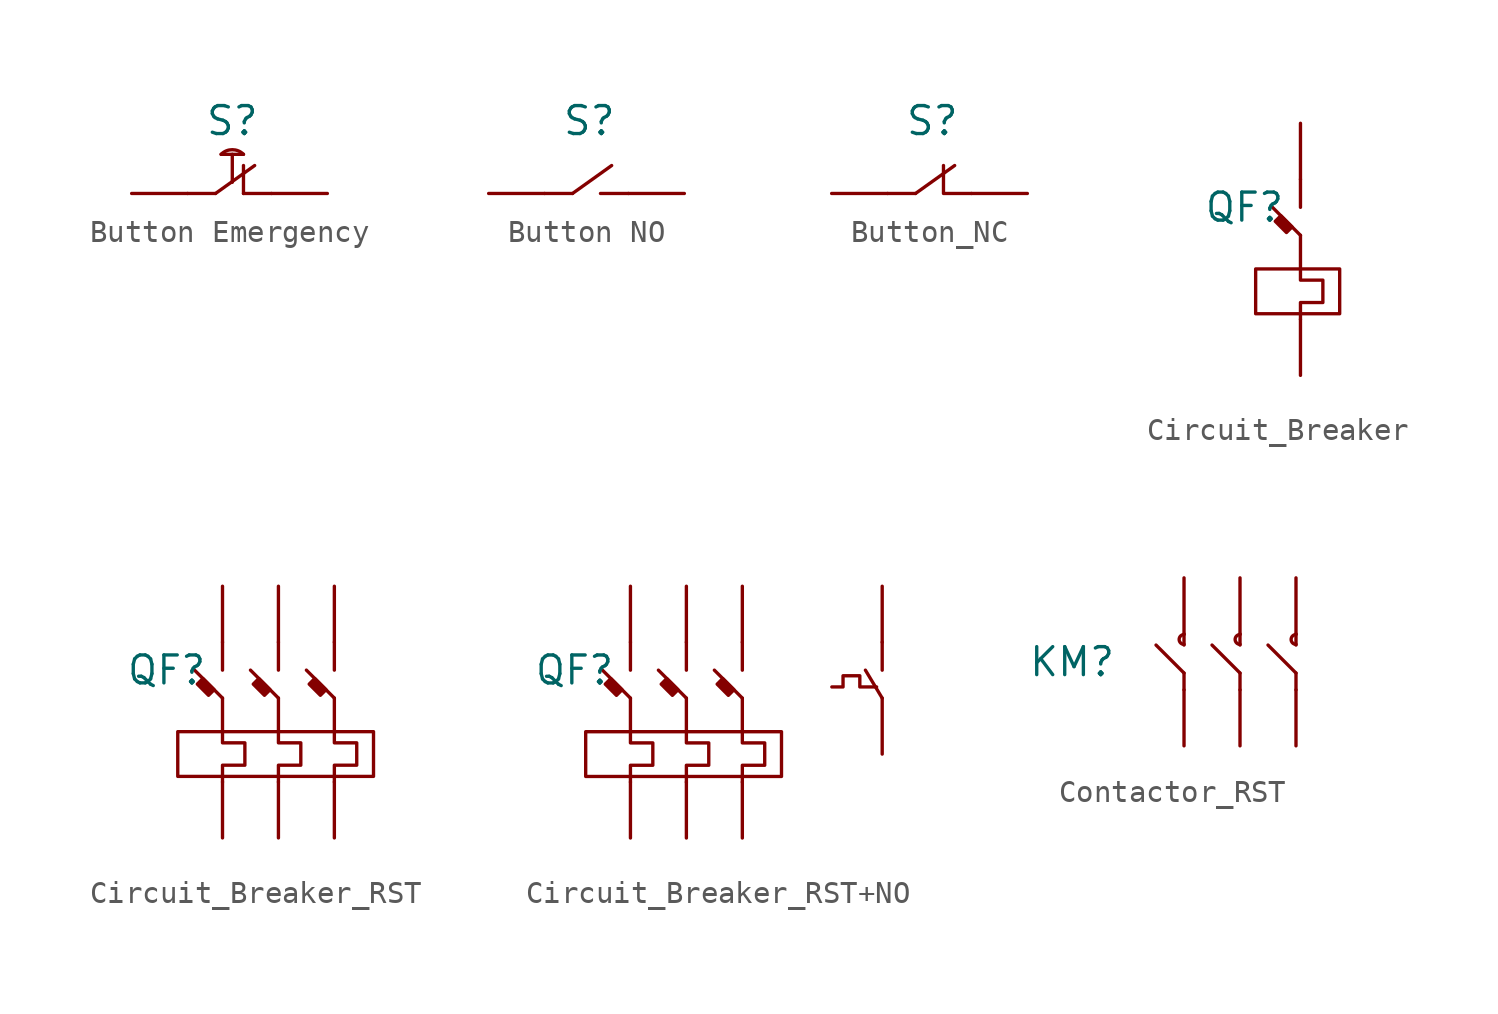
<source format=kicad_sym>
(kicad_symbol_lib
  (version 20231120)
  (generator "kicad_symbol_editor")
  (generator_version "8.0")
  (symbol "Button Emergency"
    (pin_numbers hide)
    (pin_names
      (offset 0) hide)
    (property "Reference" "S"
      (at -0.508 0.762 0)
      (effects (font (size 1.27 1.27))))
    (property "Value" ""
      (at 0 0 0)
      (effects (font (size 1.27 1.27))))
    (symbol "Button Emergency_0_1"
      (arc (start 0 -0.762) (mid -0.508 -0.5516) (end -1.016 -0.762) (stroke (width 0) (type default)) (fill (type none)))
      (polyline (pts (xy -2.54 -2.54) (xy -1.27 -2.54)) (stroke (width 0) (type default)) (fill (type none)))
      (polyline (pts (xy -1.27 -2.54) (xy 0.508 -1.27)) (stroke (width 0) (type default)) (fill (type none)))
      (polyline (pts (xy -1.016 -0.762) (xy 0 -0.762)) (stroke (width 0) (type default)) (fill (type none)))
      (polyline (pts (xy -0.508 -2.032) (xy -0.508 -0.762)) (stroke (width 0) (type default)) (fill (type none)))
      (polyline (pts (xy 0 -2.54) (xy 0 -1.27)) (stroke (width 0) (type default)) (fill (type none)))
      (polyline (pts (xy 1.27 -2.54) (xy 0 -2.54)) (stroke (width 0) (type default)) (fill (type none))))
    (symbol "Button Emergency_1_1"
      (pin bidirectional line (at -5.08 -2.54 0) (length 2.54) (name "" (effects (font (size 1.27 1.27)))) (number "1" (effects (font (size 1.27 1.27)))) (alternate "2" bidirectional line))
      (pin bidirectional line (at 3.81 -2.54 180) (length 2.54) (name "" (effects (font (size 1.27 1.27)))) (number "2" (effects (font (size 1.27 1.27)))))))
  (symbol "Button NO"
    (pin_numbers hide)
    (pin_names
      (offset 0) hide)
    (property "Reference" "S"
      (at -0.508 0.762 0)
      (effects (font (size 1.27 1.27))))
    (property "Value" ""
      (at 0 0 0)
      (effects (font (size 1.27 1.27))))
    (symbol "Button NO_0_1"
      (polyline (pts (xy -2.54 -2.54) (xy -1.27 -2.54)) (stroke (width 0) (type default)) (fill (type none)))
      (polyline (pts (xy -1.27 -2.54) (xy 0.508 -1.27)) (stroke (width 0) (type default)) (fill (type none)))
      (polyline (pts (xy 1.27 -2.54) (xy 0 -2.54)) (stroke (width 0) (type default)) (fill (type none))))
    (symbol "Button NO_1_1"
      (pin bidirectional line (at -5.08 -2.54 0) (length 2.54) (name "" (effects (font (size 1.27 1.27)))) (number "1" (effects (font (size 1.27 1.27)))) (alternate "2" bidirectional line))
      (pin bidirectional line (at 3.81 -2.54 180) (length 2.54) (name "" (effects (font (size 1.27 1.27)))) (number "2" (effects (font (size 1.27 1.27)))))))
  (symbol "Button_NC"
    (pin_numbers hide)
    (pin_names
      (offset 0) hide)
    (property "Reference" "S"
      (at -0.508 0.762 0)
      (effects (font (size 1.27 1.27))))
    (property "Value" ""
      (at 0 0 0)
      (effects (font (size 1.27 1.27))))
    (symbol "Button_NC_0_1"
      (polyline (pts (xy -2.54 -2.54) (xy -1.27 -2.54)) (stroke (width 0) (type default)) (fill (type none)))
      (polyline (pts (xy -1.27 -2.54) (xy 0.508 -1.27)) (stroke (width 0) (type default)) (fill (type none)))
      (polyline (pts (xy 1.27 -2.54) (xy 0 -2.54) (xy 0 -1.27)) (stroke (width 0) (type default)) (fill (type none))))
    (symbol "Button_NC_1_1"
      (pin bidirectional line (at -5.08 -2.54 0) (length 2.54) (name "" (effects (font (size 1.27 1.27)))) (number "1" (effects (font (size 1.27 1.27)))) (alternate "2" bidirectional line))
      (pin bidirectional line (at 3.81 -2.54 180) (length 2.54) (name "" (effects (font (size 1.27 1.27)))) (number "2" (effects (font (size 1.27 1.27)))))))
  (symbol "Circuit_Breaker"
    (pin_numbers hide)
    (pin_names
      (offset 0) hide)
    (property "Reference" "QF"
      (at -2.54 0 0)
      (effects (font (size 1.27 1.27))))
    (property "Value" ""
      (at -2.54 0 90)
      (effects (font (size 1.27 1.27))))
    (symbol "Circuit_Breaker_0_1"
      (rectangle (start -2.032 -2.794) (end 1.778 -4.826) (stroke (width 0) (type default)) (fill (type none)))
      (polyline (pts (xy 0 -1.27) (xy -1.27 0)) (stroke (width 0) (type default)) (fill (type none)))
      (polyline (pts (xy 0 1.27) (xy 0 0)) (stroke (width 0) (type default)) (fill (type none)))
      (polyline (pts (xy -0.889 -0.381) (xy -1.143 -0.635) (xy -0.635 -1.143) (xy -0.381 -0.889) (xy -0.889 -0.381)) (stroke (width 0) (type default)) (fill (type outline)))
      (polyline (pts (xy 0 -1.27) (xy 0 -3.302) (xy 1.016 -3.302) (xy 1.016 -4.318) (xy 0 -4.318) (xy 0 -5.08)) (stroke (width 0) (type default)) (fill (type none))))
    (symbol "Circuit_Breaker_1_1"
      (pin bidirectional line (at 0 3.81 270) (length 2.54) (name "" (effects (font (size 1.27 1.27)))) (number "1" (effects (font (size 1.27 1.27)))))
      (pin bidirectional line (at 0 -7.62 90) (length 2.54) (name "" (effects (font (size 1.27 1.27)))) (number "2" (effects (font (size 1.27 1.27)))) (alternate "2" bidirectional line))))
  (symbol "Circuit_Breaker_RST"
    (pin_numbers hide)
    (pin_names
      (offset 0) hide)
    (property "Reference" "QF"
      (at -2.54 0 0)
      (effects (font (size 1.27 1.27))))
    (property "Value" ""
      (at -2.54 0 90)
      (effects (font (size 1.27 1.27))))
    (symbol "Circuit_Breaker_RST_0_1"
      (rectangle (start -2.032 -2.794) (end 6.858 -4.826) (stroke (width 0) (type default)) (fill (type none)))
      (polyline (pts (xy 0 -1.27) (xy -1.27 0)) (stroke (width 0) (type default)) (fill (type none)))
      (polyline (pts (xy 0 1.27) (xy 0 0)) (stroke (width 0) (type default)) (fill (type none)))
      (polyline (pts (xy 2.54 -1.27) (xy 1.27 0)) (stroke (width 0) (type default)) (fill (type none)))
      (polyline (pts (xy 2.54 1.27) (xy 2.54 0)) (stroke (width 0) (type default)) (fill (type none)))
      (polyline (pts (xy 5.08 -1.27) (xy 3.81 0)) (stroke (width 0) (type default)) (fill (type none)))
      (polyline (pts (xy 5.08 1.27) (xy 5.08 0)) (stroke (width 0) (type default)) (fill (type none)))
      (polyline (pts (xy -0.889 -0.381) (xy -1.143 -0.635) (xy -0.635 -1.143) (xy -0.381 -0.889) (xy -0.889 -0.381)) (stroke (width 0) (type default)) (fill (type outline)))
      (polyline (pts (xy 1.651 -0.381) (xy 1.397 -0.635) (xy 1.905 -1.143) (xy 2.159 -0.889) (xy 1.651 -0.381)) (stroke (width 0) (type default)) (fill (type outline)))
      (polyline (pts (xy 4.191 -0.381) (xy 3.937 -0.635) (xy 4.445 -1.143) (xy 4.699 -0.889) (xy 4.191 -0.381)) (stroke (width 0) (type default)) (fill (type outline)))
      (polyline (pts (xy 0 -1.27) (xy 0 -3.302) (xy 1.016 -3.302) (xy 1.016 -4.318) (xy 0 -4.318) (xy 0 -5.08)) (stroke (width 0) (type default)) (fill (type none)))
      (polyline (pts (xy 2.54 -1.27) (xy 2.54 -3.302) (xy 3.556 -3.302) (xy 3.556 -4.318) (xy 2.54 -4.318) (xy 2.54 -5.08)) (stroke (width 0) (type default)) (fill (type none)))
      (polyline (pts (xy 5.08 -1.27) (xy 5.08 -3.302) (xy 6.096 -3.302) (xy 6.096 -4.318) (xy 5.08 -4.318) (xy 5.08 -5.08)) (stroke (width 0) (type default)) (fill (type none))))
    (symbol "Circuit_Breaker_RST_1_1"
      (pin bidirectional line (at 0 3.81 270) (length 2.54) (name "" (effects (font (size 1.27 1.27)))) (number "1" (effects (font (size 1.27 1.27)))))
      (pin bidirectional line (at 2.54 3.81 270) (length 2.54) (name "" (effects (font (size 1.27 1.27)))) (number "1" (effects (font (size 1.27 1.27)))))
      (pin bidirectional line (at 5.08 3.81 270) (length 2.54) (name "" (effects (font (size 1.27 1.27)))) (number "1" (effects (font (size 1.27 1.27)))))
      (pin bidirectional line (at 0 -7.62 90) (length 2.54) (name "" (effects (font (size 1.27 1.27)))) (number "2" (effects (font (size 1.27 1.27)))) (alternate "2" bidirectional line))
      (pin bidirectional line (at 2.54 -7.62 90) (length 2.54) (name "" (effects (font (size 1.27 1.27)))) (number "2" (effects (font (size 1.27 1.27)))) (alternate "2" bidirectional line))
      (pin bidirectional line (at 5.08 -7.62 90) (length 2.54) (name "" (effects (font (size 1.27 1.27)))) (number "2" (effects (font (size 1.27 1.27)))) (alternate "2" bidirectional line))))
  (symbol "Circuit_Breaker_RST+NO"
    (pin_numbers hide)
    (pin_names
      (offset 0) hide)
    (property "Reference" "QF"
      (at -2.54 0 0)
      (effects (font (size 1.27 1.27))))
    (property "Value" ""
      (at -2.54 0 90)
      (effects (font (size 1.27 1.27))))
    (symbol "Circuit_Breaker_RST+NO_0_1"
      (rectangle (start -2.032 -2.794) (end 6.858 -4.826) (stroke (width 0) (type default)) (fill (type none)))
      (polyline (pts (xy 0 -1.27) (xy -1.27 0)) (stroke (width 0) (type default)) (fill (type none)))
      (polyline (pts (xy 0 1.27) (xy 0 0)) (stroke (width 0) (type default)) (fill (type none)))
      (polyline (pts (xy 2.54 -1.27) (xy 1.27 0)) (stroke (width 0) (type default)) (fill (type none)))
      (polyline (pts (xy 2.54 1.27) (xy 2.54 0)) (stroke (width 0) (type default)) (fill (type none)))
      (polyline (pts (xy 5.08 -1.27) (xy 3.81 0)) (stroke (width 0) (type default)) (fill (type none)))
      (polyline (pts (xy 5.08 1.27) (xy 5.08 0)) (stroke (width 0) (type default)) (fill (type none)))
      (polyline (pts (xy 11.43 -1.27) (xy 10.668 0)) (stroke (width 0) (type default)) (fill (type none)))
      (polyline (pts (xy 11.43 1.27) (xy 11.43 0)) (stroke (width 0) (type default)) (fill (type none)))
      (polyline (pts (xy -0.889 -0.381) (xy -1.143 -0.635) (xy -0.635 -1.143) (xy -0.381 -0.889) (xy -0.889 -0.381)) (stroke (width 0) (type default)) (fill (type outline)))
      (polyline (pts (xy 1.651 -0.381) (xy 1.397 -0.635) (xy 1.905 -1.143) (xy 2.159 -0.889) (xy 1.651 -0.381)) (stroke (width 0) (type default)) (fill (type outline)))
      (polyline (pts (xy 4.191 -0.381) (xy 3.937 -0.635) (xy 4.445 -1.143) (xy 4.699 -0.889) (xy 4.191 -0.381)) (stroke (width 0) (type default)) (fill (type outline)))
      (polyline (pts (xy 0 -1.27) (xy 0 -3.302) (xy 1.016 -3.302) (xy 1.016 -4.318) (xy 0 -4.318) (xy 0 -5.08)) (stroke (width 0) (type default)) (fill (type none)))
      (polyline (pts (xy 2.54 -1.27) (xy 2.54 -3.302) (xy 3.556 -3.302) (xy 3.556 -4.318) (xy 2.54 -4.318) (xy 2.54 -5.08)) (stroke (width 0) (type default)) (fill (type none)))
      (polyline (pts (xy 5.08 -1.27) (xy 5.08 -3.302) (xy 6.096 -3.302) (xy 6.096 -4.318) (xy 5.08 -4.318) (xy 5.08 -5.08)) (stroke (width 0) (type default)) (fill (type none)))
      (polyline (pts (xy 11.176 -0.762) (xy 10.414 -0.762) (xy 10.414 -0.254) (xy 9.652 -0.254) (xy 9.652 -0.762) (xy 9.144 -0.762)) (stroke (width 0) (type default)) (fill (type none))))
    (symbol "Circuit_Breaker_RST+NO_1_1"
      (pin bidirectional line (at 0 3.81 270) (length 2.54) (name "" (effects (font (size 1.27 1.27)))) (number "1" (effects (font (size 1.27 1.27)))))
      (pin bidirectional line (at 2.54 3.81 270) (length 2.54) (name "" (effects (font (size 1.27 1.27)))) (number "1" (effects (font (size 1.27 1.27)))))
      (pin bidirectional line (at 5.08 3.81 270) (length 2.54) (name "" (effects (font (size 1.27 1.27)))) (number "1" (effects (font (size 1.27 1.27)))))
      (pin bidirectional line (at 11.43 3.81 270) (length 2.54) (name "" (effects (font (size 1.27 1.27)))) (number "1" (effects (font (size 1.27 1.27)))))
      (pin bidirectional line (at 0 -7.62 90) (length 2.54) (name "" (effects (font (size 1.27 1.27)))) (number "2" (effects (font (size 1.27 1.27)))) (alternate "2" bidirectional line))
      (pin bidirectional line (at 2.54 -7.62 90) (length 2.54) (name "" (effects (font (size 1.27 1.27)))) (number "2" (effects (font (size 1.27 1.27)))) (alternate "2" bidirectional line))
      (pin bidirectional line (at 5.08 -7.62 90) (length 2.54) (name "" (effects (font (size 1.27 1.27)))) (number "2" (effects (font (size 1.27 1.27)))) (alternate "2" bidirectional line))
      (pin bidirectional line (at 11.43 -3.81 90) (length 2.54) (name "" (effects (font (size 1.27 1.27)))) (number "2" (effects (font (size 1.27 1.27)))) (alternate "2" bidirectional line))))
  (symbol "Contactor_RST"
    (pin_numbers hide)
    (pin_names
      (offset 0) hide)
    (property "Reference" "KM"
      (at -7.62 0 0)
      (effects (font (size 1.27 1.27))))
    (property "Value" ""
      (at -5.08 0.762 90)
      (effects (font (size 1.27 1.27))))
    (symbol "Contactor_RST_0_1"
      (arc (start -2.5389 1.2382) (mid -2.7622 1.016) (end -2.5389 0.7937) (stroke (width 0) (type default)) (fill (type none)))
      (polyline (pts (xy -2.54 -1.27) (xy -2.54 -0.508)) (stroke (width 0) (type default)) (fill (type none)))
      (polyline (pts (xy -2.54 -0.508) (xy -3.81 0.762)) (stroke (width 0) (type default)) (fill (type none)))
      (polyline (pts (xy -2.54 1.27) (xy -2.54 0.762)) (stroke (width 0) (type default)) (fill (type none)))
      (polyline (pts (xy 0 -1.27) (xy 0 -0.508)) (stroke (width 0) (type default)) (fill (type none)))
      (polyline (pts (xy 0 -0.508) (xy -1.27 0.762)) (stroke (width 0) (type default)) (fill (type none)))
      (polyline (pts (xy 0 1.27) (xy 0 0.762)) (stroke (width 0) (type default)) (fill (type none)))
      (polyline (pts (xy 2.54 -1.27) (xy 2.54 -0.508)) (stroke (width 0) (type default)) (fill (type none)))
      (polyline (pts (xy 2.54 -0.508) (xy 1.27 0.762)) (stroke (width 0) (type default)) (fill (type none)))
      (polyline (pts (xy 2.54 1.27) (xy 2.54 0.762)) (stroke (width 0) (type default)) (fill (type none)))
      (arc (start 0.0011 1.2382) (mid -0.2222 1.016) (end 0.0011 0.7937) (stroke (width 0) (type default)) (fill (type none)))
      (arc (start 2.5411 1.2382) (mid 2.3178 1.016) (end 2.5411 0.7937) (stroke (width 0) (type default)) (fill (type none))))
    (symbol "Contactor_RST_1_1"
      (pin bidirectional line (at -2.54 3.81 270) (length 2.54) (name "" (effects (font (size 1.27 1.27)))) (number "1" (effects (font (size 1.27 1.27)))))
      (pin bidirectional line (at 0 3.81 270) (length 2.54) (name "" (effects (font (size 1.27 1.27)))) (number "1" (effects (font (size 1.27 1.27)))))
      (pin bidirectional line (at 2.54 3.81 270) (length 2.54) (name "" (effects (font (size 1.27 1.27)))) (number "1" (effects (font (size 1.27 1.27)))))
      (pin bidirectional line (at -2.54 -3.81 90) (length 2.54) (name "" (effects (font (size 1.27 1.27)))) (number "2" (effects (font (size 1.27 1.27)))) (alternate "2" bidirectional line))
      (pin bidirectional line (at 0 -3.81 90) (length 2.54) (name "" (effects (font (size 1.27 1.27)))) (number "2" (effects (font (size 1.27 1.27)))) (alternate "2" bidirectional line))
      (pin bidirectional line (at 2.54 -3.81 90) (length 2.54) (name "" (effects (font (size 1.27 1.27)))) (number "2" (effects (font (size 1.27 1.27)))) (alternate "2" bidirectional line)))))
</source>
